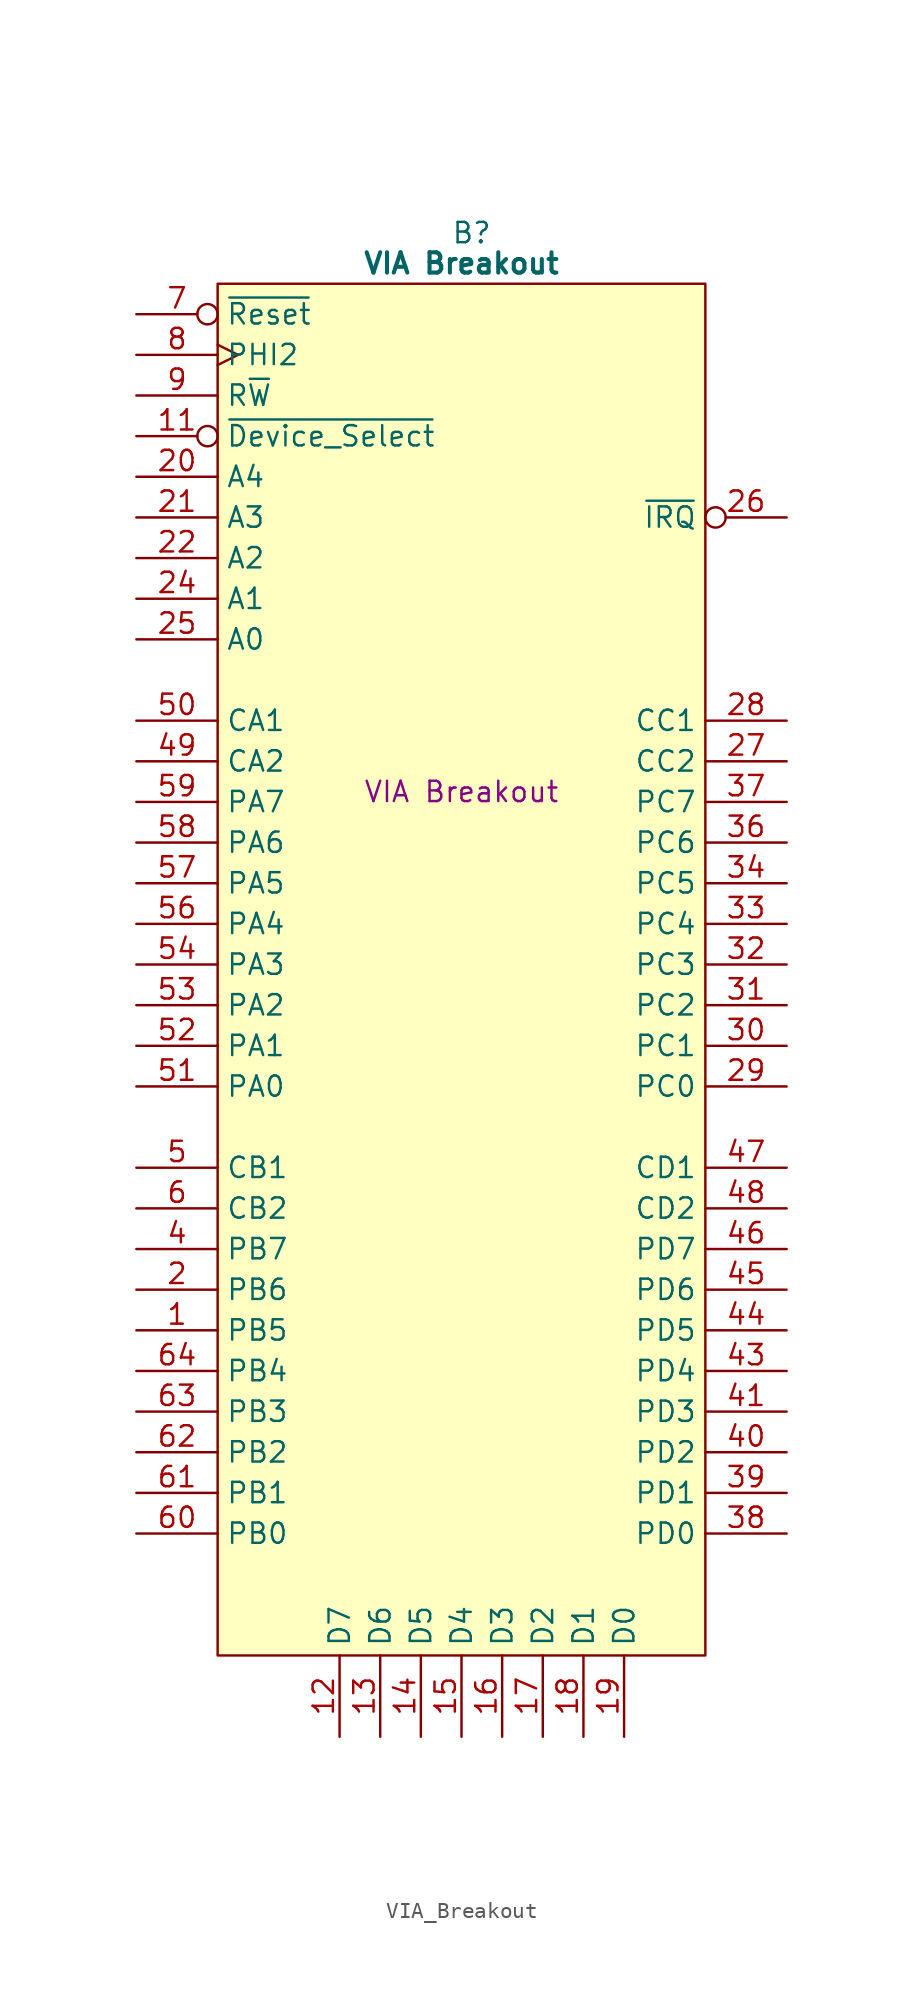
<source format=kicad_sym>
(kicad_symbol_lib
  (version 20220914)
  (generator kicad_symbol_editor)
  (symbol "VIA_Breakout"
    (property "Reference" "B"
      (at 15.875 5.08 0)
      (effects (font (size 1.27 1.27))))
    (property "Value" "VIA Breakout"
      (at 15.24 3.175 0)
      (effects (font (size 1.27 1.27) bold)))
    (property "Description" "VIA Breakout"
      (at 15.24 -29.845 0)
      (effects (font (size 1.27 1.27))))
    (symbol "VIA_Breakout_0_1"
      (polyline (pts (xy 0 1.905) (xy 30.48 1.905) (xy 30.48 -83.82) (xy 0 -83.82) (xy 0 1.905)) (stroke (width 0.152) (type default)) (fill (type background))))
    (symbol "VIA_Breakout_1_1"
      (pin tri_state line (at -5.08 -63.5 0) (length 5.08) (name "PB5" (effects (font (size 1.27 1.27)))) (number "1" (effects (font (size 1.27 1.27)))))
      (pin passive line (at 35.56 0 180) (length 5.08) hide (name "GND" (effects (font (size 1.27 1.27)))) (number "10" (effects (font (size 1.27 1.27)))))
      (pin input inverted (at -5.08 -7.62 0) (length 5.08) (name "~{Device_Select}" (effects (font (size 1.27 1.27)))) (number "11" (effects (font (size 1.27 1.27)))))
      (pin tri_state line (at 7.62 -88.9 90) (length 5.08) (name "D7" (effects (font (size 1.27 1.27)))) (number "12" (effects (font (size 1.27 1.27)))))
      (pin tri_state line (at 10.16 -88.9 90) (length 5.08) (name "D6" (effects (font (size 1.27 1.27)))) (number "13" (effects (font (size 1.27 1.27)))))
      (pin tri_state line (at 12.7 -88.9 90) (length 5.08) (name "D5" (effects (font (size 1.27 1.27)))) (number "14" (effects (font (size 1.27 1.27)))))
      (pin tri_state line (at 15.24 -88.9 90) (length 5.08) (name "D4" (effects (font (size 1.27 1.27)))) (number "15" (effects (font (size 1.27 1.27)))))
      (pin tri_state line (at 17.78 -88.9 90) (length 5.08) (name "D3" (effects (font (size 1.27 1.27)))) (number "16" (effects (font (size 1.27 1.27)))))
      (pin tri_state line (at 20.32 -88.9 90) (length 5.08) (name "D2" (effects (font (size 1.27 1.27)))) (number "17" (effects (font (size 1.27 1.27)))))
      (pin tri_state line (at 22.86 -88.9 90) (length 5.08) (name "D1" (effects (font (size 1.27 1.27)))) (number "18" (effects (font (size 1.27 1.27)))))
      (pin tri_state line (at 25.4 -88.9 90) (length 5.08) (name "D0" (effects (font (size 1.27 1.27)))) (number "19" (effects (font (size 1.27 1.27)))))
      (pin tri_state line (at -5.08 -60.96 0) (length 5.08) (name "PB6" (effects (font (size 1.27 1.27)))) (number "2" (effects (font (size 1.27 1.27)))))
      (pin input line (at -5.08 -10.16 0) (length 5.08) (name "A4" (effects (font (size 1.27 1.27)))) (number "20" (effects (font (size 1.27 1.27)))))
      (pin input line (at -5.08 -12.7 0) (length 5.08) (name "A3" (effects (font (size 1.27 1.27)))) (number "21" (effects (font (size 1.27 1.27)))))
      (pin input line (at -5.08 -15.24 0) (length 5.08) (name "A2" (effects (font (size 1.27 1.27)))) (number "22" (effects (font (size 1.27 1.27)))))
      (pin passive line (at 35.56 -2.54 180) (length 5.08) hide (name "GND" (effects (font (size 1.27 1.27)))) (number "23" (effects (font (size 1.27 1.27)))))
      (pin input line (at -5.08 -17.78 0) (length 5.08) (name "A1" (effects (font (size 1.27 1.27)))) (number "24" (effects (font (size 1.27 1.27)))))
      (pin input line (at -5.08 -20.32 0) (length 5.08) (name "A0" (effects (font (size 1.27 1.27)))) (number "25" (effects (font (size 1.27 1.27)))))
      (pin output inverted (at 35.56 -12.7 180) (length 5.08) (name "~{IRQ}" (effects (font (size 1.27 1.27)))) (number "26" (effects (font (size 1.27 1.27)))))
      (pin tri_state line (at 35.56 -27.94 180) (length 5.08) (name "CC2" (effects (font (size 1.27 1.27)))) (number "27" (effects (font (size 1.27 1.27)))))
      (pin tri_state line (at 35.56 -25.4 180) (length 5.08) (name "CC1" (effects (font (size 1.27 1.27)))) (number "28" (effects (font (size 1.27 1.27)))))
      (pin tri_state line (at 35.56 -48.26 180) (length 5.08) (name "PC0" (effects (font (size 1.27 1.27)))) (number "29" (effects (font (size 1.27 1.27)))))
      (pin passive line (at -5.08 -78.74 0) (length 5.08) hide (name "5V" (effects (font (size 1.27 1.27)))) (number "3" (effects (font (size 1.27 1.27)))))
      (pin tri_state line (at 35.56 -45.72 180) (length 5.08) (name "PC1" (effects (font (size 1.27 1.27)))) (number "30" (effects (font (size 1.27 1.27)))))
      (pin tri_state line (at 35.56 -43.18 180) (length 5.08) (name "PC2" (effects (font (size 1.27 1.27)))) (number "31" (effects (font (size 1.27 1.27)))))
      (pin tri_state line (at 35.56 -40.64 180) (length 5.08) (name "PC3" (effects (font (size 1.27 1.27)))) (number "32" (effects (font (size 1.27 1.27)))))
      (pin tri_state line (at 35.56 -38.1 180) (length 5.08) (name "PC4" (effects (font (size 1.27 1.27)))) (number "33" (effects (font (size 1.27 1.27)))))
      (pin tri_state line (at 35.56 -35.56 180) (length 5.08) (name "PC5" (effects (font (size 1.27 1.27)))) (number "34" (effects (font (size 1.27 1.27)))))
      (pin passive line (at -5.08 -81.28 0) (length 5.08) hide (name "5V" (effects (font (size 1.27 1.27)))) (number "35" (effects (font (size 1.27 1.27)))))
      (pin tri_state line (at 35.56 -33.02 180) (length 5.08) (name "PC6" (effects (font (size 1.27 1.27)))) (number "36" (effects (font (size 1.27 1.27)))))
      (pin tri_state line (at 35.56 -30.48 180) (length 5.08) (name "PC7" (effects (font (size 1.27 1.27)))) (number "37" (effects (font (size 1.27 1.27)))))
      (pin tri_state line (at 35.56 -76.2 180) (length 5.08) (name "PD0" (effects (font (size 1.27 1.27)))) (number "38" (effects (font (size 1.27 1.27)))))
      (pin tri_state line (at 35.56 -73.66 180) (length 5.08) (name "PD1" (effects (font (size 1.27 1.27)))) (number "39" (effects (font (size 1.27 1.27)))))
      (pin tri_state line (at -5.08 -58.42 0) (length 5.08) (name "PB7" (effects (font (size 1.27 1.27)))) (number "4" (effects (font (size 1.27 1.27)))))
      (pin tri_state line (at 35.56 -71.12 180) (length 5.08) (name "PD2" (effects (font (size 1.27 1.27)))) (number "40" (effects (font (size 1.27 1.27)))))
      (pin tri_state line (at 35.56 -68.58 180) (length 5.08) (name "PD3" (effects (font (size 1.27 1.27)))) (number "41" (effects (font (size 1.27 1.27)))))
      (pin passive line (at 35.56 -5.08 180) (length 5.08) hide (name "GND" (effects (font (size 1.27 1.27)))) (number "42" (effects (font (size 1.27 1.27)))))
      (pin tri_state line (at 35.56 -66.04 180) (length 5.08) (name "PD4" (effects (font (size 1.27 1.27)))) (number "43" (effects (font (size 1.27 1.27)))))
      (pin tri_state line (at 35.56 -63.5 180) (length 5.08) (name "PD5" (effects (font (size 1.27 1.27)))) (number "44" (effects (font (size 1.27 1.27)))))
      (pin tri_state line (at 35.56 -60.96 180) (length 5.08) (name "PD6" (effects (font (size 1.27 1.27)))) (number "45" (effects (font (size 1.27 1.27)))))
      (pin tri_state line (at 35.56 -58.42 180) (length 5.08) (name "PD7" (effects (font (size 1.27 1.27)))) (number "46" (effects (font (size 1.27 1.27)))))
      (pin tri_state line (at 35.56 -53.34 180) (length 5.08) (name "CD1" (effects (font (size 1.27 1.27)))) (number "47" (effects (font (size 1.27 1.27)))))
      (pin tri_state line (at 35.56 -55.88 180) (length 5.08) (name "CD2" (effects (font (size 1.27 1.27)))) (number "48" (effects (font (size 1.27 1.27)))))
      (pin tri_state line (at -5.08 -27.94 0) (length 5.08) (name "CA2" (effects (font (size 1.27 1.27)))) (number "49" (effects (font (size 1.27 1.27)))))
      (pin tri_state line (at -5.08 -53.34 0) (length 5.08) (name "CB1" (effects (font (size 1.27 1.27)))) (number "5" (effects (font (size 1.27 1.27)))))
      (pin tri_state line (at -5.08 -25.4 0) (length 5.08) (name "CA1" (effects (font (size 1.27 1.27)))) (number "50" (effects (font (size 1.27 1.27)))))
      (pin tri_state line (at -5.08 -48.26 0) (length 5.08) (name "PA0" (effects (font (size 1.27 1.27)))) (number "51" (effects (font (size 1.27 1.27)))))
      (pin tri_state line (at -5.08 -45.72 0) (length 5.08) (name "PA1" (effects (font (size 1.27 1.27)))) (number "52" (effects (font (size 1.27 1.27)))))
      (pin tri_state line (at -5.08 -43.18 0) (length 5.08) (name "PA2" (effects (font (size 1.27 1.27)))) (number "53" (effects (font (size 1.27 1.27)))))
      (pin tri_state line (at -5.08 -40.64 0) (length 5.08) (name "PA3" (effects (font (size 1.27 1.27)))) (number "54" (effects (font (size 1.27 1.27)))))
      (pin passive line (at 35.56 -7.62 180) (length 5.08) hide (name "GND" (effects (font (size 1.27 1.27)))) (number "55" (effects (font (size 1.27 1.27)))))
      (pin tri_state line (at -5.08 -38.1 0) (length 5.08) (name "PA4" (effects (font (size 1.27 1.27)))) (number "56" (effects (font (size 1.27 1.27)))))
      (pin tri_state line (at -5.08 -35.56 0) (length 5.08) (name "PA5" (effects (font (size 1.27 1.27)))) (number "57" (effects (font (size 1.27 1.27)))))
      (pin tri_state line (at -5.08 -33.02 0) (length 5.08) (name "PA6" (effects (font (size 1.27 1.27)))) (number "58" (effects (font (size 1.27 1.27)))))
      (pin tri_state line (at -5.08 -30.48 0) (length 5.08) (name "PA7" (effects (font (size 1.27 1.27)))) (number "59" (effects (font (size 1.27 1.27)))))
      (pin tri_state line (at -5.08 -55.88 0) (length 5.08) (name "CB2" (effects (font (size 1.27 1.27)))) (number "6" (effects (font (size 1.27 1.27)))))
      (pin tri_state line (at -5.08 -76.2 0) (length 5.08) (name "PB0" (effects (font (size 1.27 1.27)))) (number "60" (effects (font (size 1.27 1.27)))))
      (pin tri_state line (at -5.08 -73.66 0) (length 5.08) (name "PB1" (effects (font (size 1.27 1.27)))) (number "61" (effects (font (size 1.27 1.27)))))
      (pin tri_state line (at -5.08 -71.12 0) (length 5.08) (name "PB2" (effects (font (size 1.27 1.27)))) (number "62" (effects (font (size 1.27 1.27)))))
      (pin tri_state line (at -5.08 -68.58 0) (length 5.08) (name "PB3" (effects (font (size 1.27 1.27)))) (number "63" (effects (font (size 1.27 1.27)))))
      (pin tri_state line (at -5.08 -66.04 0) (length 5.08) (name "PB4" (effects (font (size 1.27 1.27)))) (number "64" (effects (font (size 1.27 1.27)))))
      (pin input inverted (at -5.08 0 0) (length 5.08) (name "~{Reset}" (effects (font (size 1.27 1.27)))) (number "7" (effects (font (size 1.27 1.27)))))
      (pin input clock (at -5.08 -2.54 0) (length 5.08) (name "PHI2" (effects (font (size 1.27 1.27)))) (number "8" (effects (font (size 1.27 1.27)))))
      (pin input line (at -5.08 -5.08 0) (length 5.08) (name "R~{W}" (effects (font (size 1.27 1.27)))) (number "9" (effects (font (size 1.27 1.27))))))))
</source>
